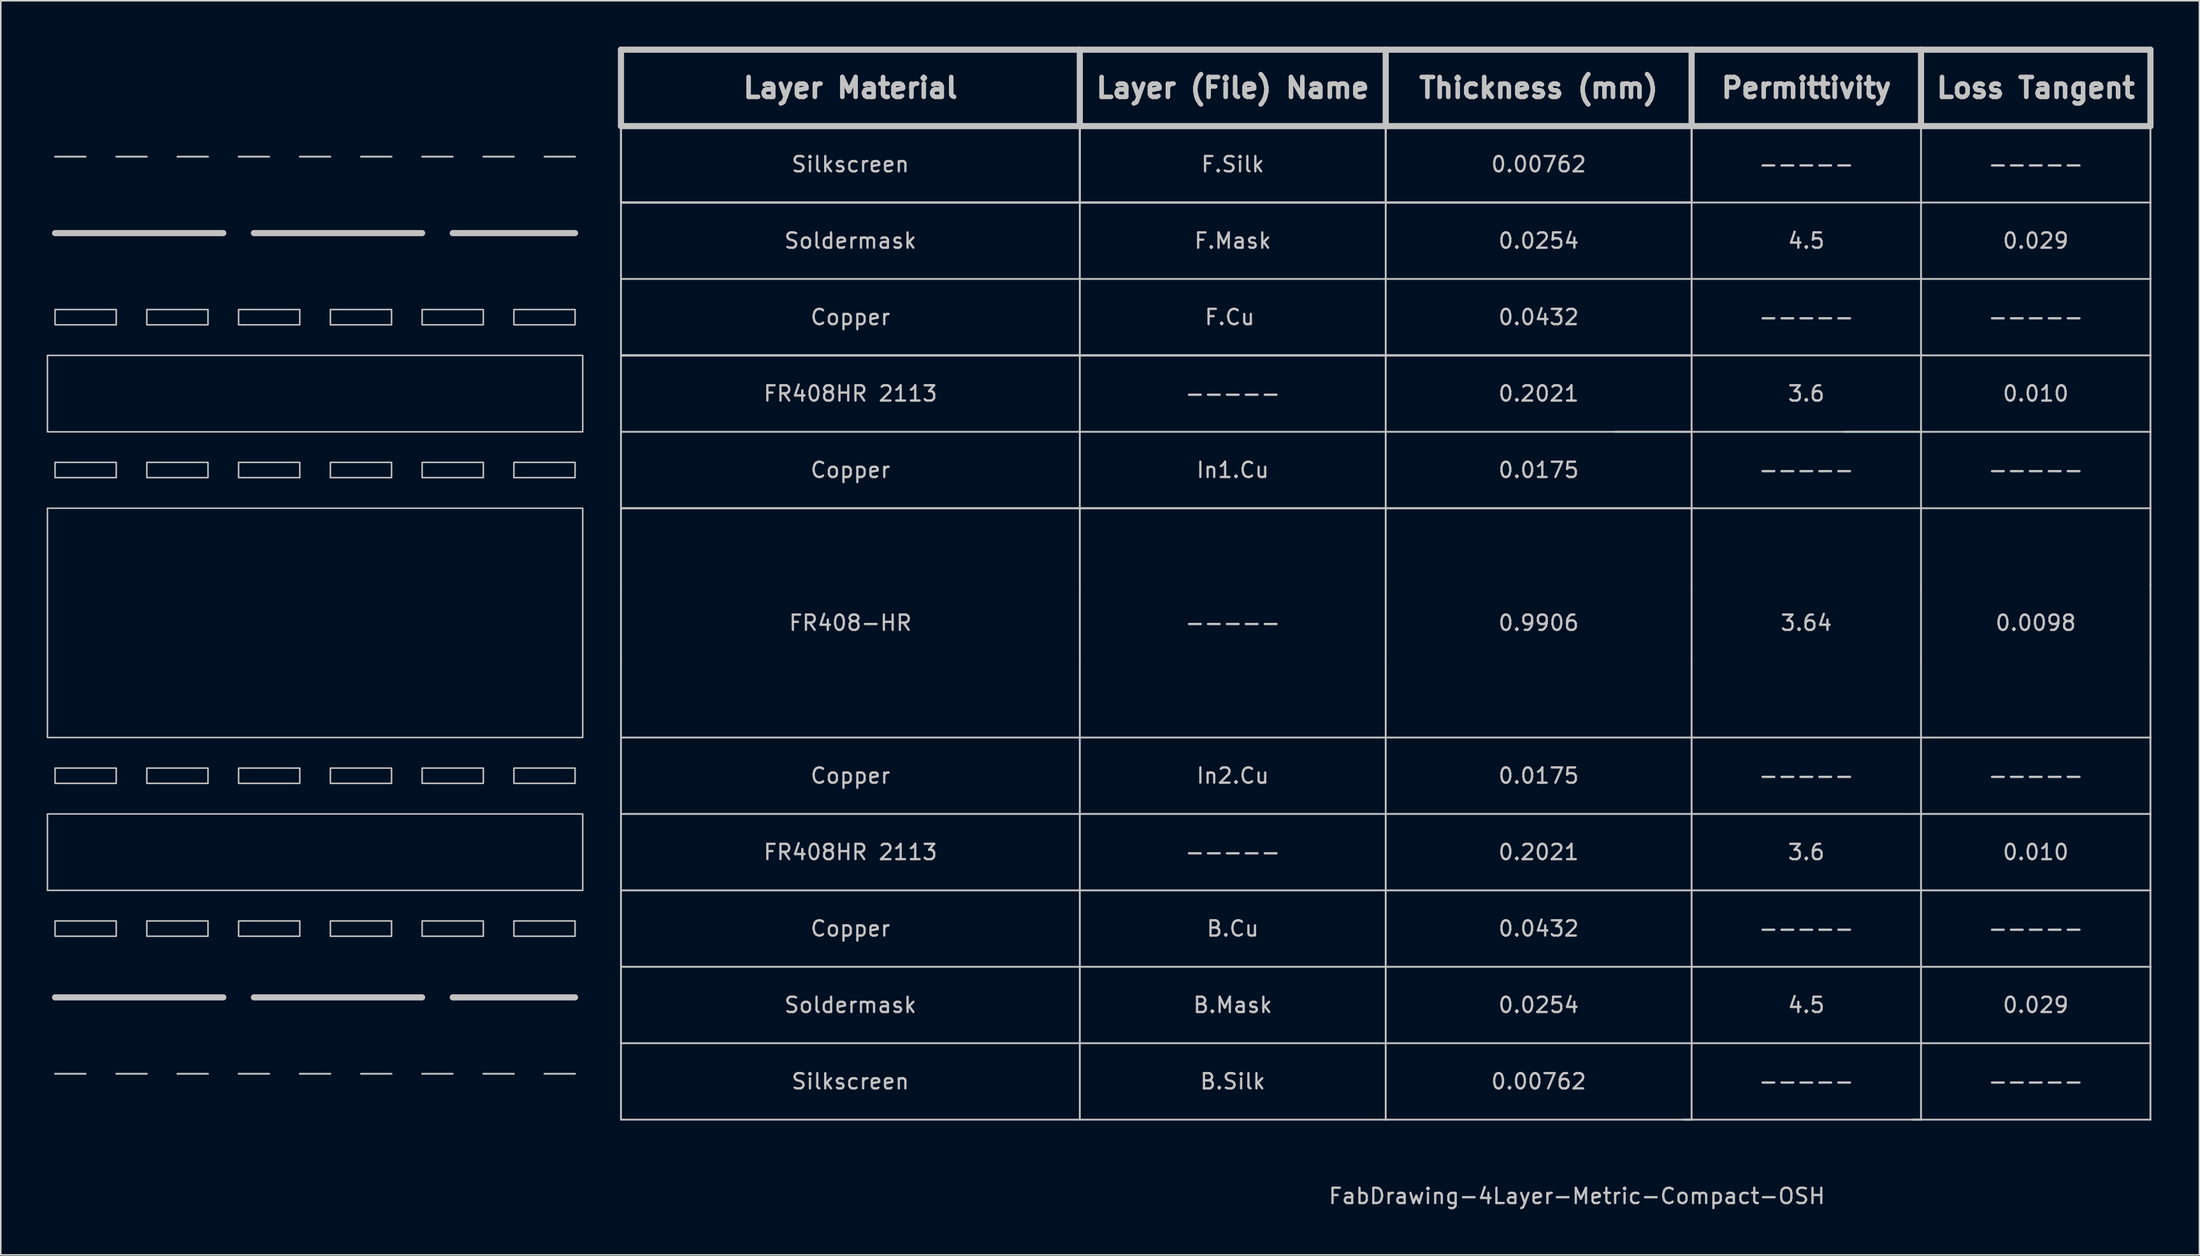
<source format=kicad_pcb>
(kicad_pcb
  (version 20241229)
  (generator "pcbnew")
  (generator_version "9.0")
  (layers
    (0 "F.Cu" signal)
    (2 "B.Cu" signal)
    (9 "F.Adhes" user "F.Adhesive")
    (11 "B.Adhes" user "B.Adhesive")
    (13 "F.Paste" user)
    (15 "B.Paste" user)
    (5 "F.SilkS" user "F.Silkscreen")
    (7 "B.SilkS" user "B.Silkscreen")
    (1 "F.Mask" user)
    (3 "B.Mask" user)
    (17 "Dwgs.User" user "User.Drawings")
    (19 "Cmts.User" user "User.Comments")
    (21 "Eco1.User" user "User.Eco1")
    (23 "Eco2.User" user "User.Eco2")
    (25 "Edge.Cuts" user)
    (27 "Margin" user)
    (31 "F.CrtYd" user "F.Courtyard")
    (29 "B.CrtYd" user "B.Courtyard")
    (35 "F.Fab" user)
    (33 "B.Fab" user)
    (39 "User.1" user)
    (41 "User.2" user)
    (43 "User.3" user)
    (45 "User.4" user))
  (footprint "FabDrawing-4Layer-Metric-Compact-OSH"
    (layer "F.Cu")
    (at 37.55 5.2)
    (property "Reference" "FabDrawing-4Layer-Metric-Compact-OSH" (at 62.5 70 0) (layer "Dwgs.User") (effects (font (size 1 1) (thickness 0.15))))
    (attr through_hole)
    (fp_line (start -37 7) (end -26 7) (stroke (width 0.4) (type solid)) (layer "Dwgs.User"))
    (fp_line (start -37 57) (end -26 57) (stroke (width 0.4) (type solid)) (layer "Dwgs.User"))
    (fp_line (start -35 2) (end -37 2) (stroke (width 0.12) (type solid)) (layer "Dwgs.User"))
    (fp_line (start -35 62) (end -37 62) (stroke (width 0.12) (type solid)) (layer "Dwgs.User"))
    (fp_line (start -31 2) (end -33 2) (stroke (width 0.12) (type solid)) (layer "Dwgs.User"))
    (fp_line (start -31 62) (end -33 62) (stroke (width 0.12) (type solid)) (layer "Dwgs.User"))
    (fp_line (start -27 2) (end -29 2) (stroke (width 0.12) (type solid)) (layer "Dwgs.User"))
    (fp_line (start -27 62) (end -29 62) (stroke (width 0.12) (type solid)) (layer "Dwgs.User"))
    (fp_line (start -24 7) (end -13 7) (stroke (width 0.4) (type solid)) (layer "Dwgs.User"))
    (fp_line (start -24 57) (end -13 57) (stroke (width 0.4) (type solid)) (layer "Dwgs.User"))
    (fp_line (start -23 2) (end -25 2) (stroke (width 0.12) (type solid)) (layer "Dwgs.User"))
    (fp_line (start -23 62) (end -25 62) (stroke (width 0.12) (type solid)) (layer "Dwgs.User"))
    (fp_line (start -19 2) (end -21 2) (stroke (width 0.12) (type solid)) (layer "Dwgs.User"))
    (fp_line (start -19 62) (end -21 62) (stroke (width 0.12) (type solid)) (layer "Dwgs.User"))
    (fp_line (start -15 2) (end -17 2) (stroke (width 0.12) (type solid)) (layer "Dwgs.User"))
    (fp_line (start -15 62) (end -17 62) (stroke (width 0.12) (type solid)) (layer "Dwgs.User"))
    (fp_line (start -11 2) (end -13 2) (stroke (width 0.12) (type solid)) (layer "Dwgs.User"))
    (fp_line (start -11 7) (end -3 7) (stroke (width 0.4) (type solid)) (layer "Dwgs.User"))
    (fp_line (start -11 57) (end -3 57) (stroke (width 0.4) (type solid)) (layer "Dwgs.User"))
    (fp_line (start -11 62) (end -13 62) (stroke (width 0.12) (type solid)) (layer "Dwgs.User"))
    (fp_line (start -7 2) (end -9 2) (stroke (width 0.12) (type solid)) (layer "Dwgs.User"))
    (fp_line (start -7 62) (end -9 62) (stroke (width 0.12) (type solid)) (layer "Dwgs.User"))
    (fp_line (start -3 2) (end -5 2) (stroke (width 0.12) (type solid)) (layer "Dwgs.User"))
    (fp_line (start -3 62) (end -5 62) (stroke (width 0.12) (type solid)) (layer "Dwgs.User"))
    (fp_line (start 0 -5) (end 30 -5) (stroke (width 0.4) (type solid)) (layer "Dwgs.User"))
    (fp_line (start 0 0) (end 0 -5) (stroke (width 0.4) (type solid)) (layer "Dwgs.User"))
    (fp_line (start 0 0) (end 0 5) (stroke (width 0.12) (type solid)) (layer "Dwgs.User"))
    (fp_line (start 0 0) (end 0 5) (stroke (width 0.12) (type solid)) (layer "Dwgs.User"))
    (fp_line (start 0 0) (end 0 5) (stroke (width 0.12) (type solid)) (layer "Dwgs.User"))
    (fp_line (start 0 0) (end 30 0) (stroke (width 0.12) (type solid)) (layer "Dwgs.User"))
    (fp_line (start 0 0) (end 30 0) (stroke (width 0.12) (type solid)) (layer "Dwgs.User"))
    (fp_line (start 0 0) (end 30 0) (stroke (width 0.12) (type solid)) (layer "Dwgs.User"))
    (fp_line (start 0 5) (end 0 10) (stroke (width 0.12) (type solid)) (layer "Dwgs.User"))
    (fp_line (start 0 5) (end 30 5) (stroke (width 0.12) (type solid)) (layer "Dwgs.User"))
    (fp_line (start 0 5) (end 30 5) (stroke (width 0.12) (type solid)) (layer "Dwgs.User"))
    (fp_line (start 0 5) (end 30 5) (stroke (width 0.12) (type solid)) (layer "Dwgs.User"))
    (fp_line (start 0 10) (end 0 15) (stroke (width 0.12) (type solid)) (layer "Dwgs.User"))
    (fp_line (start 0 10) (end 30 10) (stroke (width 0.12) (type solid)) (layer "Dwgs.User"))
    (fp_line (start 0 15) (end 0 20) (stroke (width 0.12) (type solid)) (layer "Dwgs.User"))
    (fp_line (start 0 15) (end 30 15) (stroke (width 0.12) (type solid)) (layer "Dwgs.User"))
    (fp_line (start 0 15) (end 30 15) (stroke (width 0.12) (type solid)) (layer "Dwgs.User"))
    (fp_line (start 0 15) (end 30 15) (stroke (width 0.12) (type solid)) (layer "Dwgs.User"))
    (fp_line (start 0 20) (end 0 25) (stroke (width 0.12) (type solid)) (layer "Dwgs.User"))
    (fp_line (start 0 20) (end 30 20) (stroke (width 0.12) (type solid)) (layer "Dwgs.User"))
    (fp_line (start 0 25) (end 0 30) (stroke (width 0.12) (type solid)) (layer "Dwgs.User"))
    (fp_line (start 0 25) (end 30 25) (stroke (width 0.12) (type solid)) (layer "Dwgs.User"))
    (fp_line (start 0 25) (end 30 25) (stroke (width 0.12) (type solid)) (layer "Dwgs.User"))
    (fp_line (start 0 30) (end 0 35) (stroke (width 0.12) (type solid)) (layer "Dwgs.User"))
    (fp_line (start 0 35) (end 0 40) (stroke (width 0.12) (type solid)) (layer "Dwgs.User"))
    (fp_line (start 0 40) (end 0 45) (stroke (width 0.12) (type solid)) (layer "Dwgs.User"))
    (fp_line (start 0 40) (end 30 40) (stroke (width 0.12) (type solid)) (layer "Dwgs.User"))
    (fp_line (start 0 45) (end 0 50) (stroke (width 0.12) (type solid)) (layer "Dwgs.User"))
    (fp_line (start 0 45) (end 30 45) (stroke (width 0.12) (type solid)) (layer "Dwgs.User"))
    (fp_line (start 0 50) (end 0 55) (stroke (width 0.12) (type solid)) (layer "Dwgs.User"))
    (fp_line (start 0 50) (end 30 50) (stroke (width 0.12) (type solid)) (layer "Dwgs.User"))
    (fp_line (start 0 55) (end 0 60) (stroke (width 0.12) (type solid)) (layer "Dwgs.User"))
    (fp_line (start 0 55) (end 30 55) (stroke (width 0.12) (type solid)) (layer "Dwgs.User"))
    (fp_line (start 0 60) (end 0 65) (stroke (width 0.12) (type solid)) (layer "Dwgs.User"))
    (fp_line (start 0 60) (end 30 60) (stroke (width 0.12) (type solid)) (layer "Dwgs.User"))
    (fp_line (start 0 65) (end 30 65) (stroke (width 0.12) (type solid)) (layer "Dwgs.User"))
    (fp_line (start 30 -5) (end 30 0) (stroke (width 0.4) (type solid)) (layer "Dwgs.User"))
    (fp_line (start 30 0) (end 0 0) (stroke (width 0.4) (type solid)) (layer "Dwgs.User"))
    (fp_line (start 30 0) (end 30 5) (stroke (width 0.12) (type solid)) (layer "Dwgs.User"))
    (fp_line (start 30 0) (end 30 5) (stroke (width 0.12) (type solid)) (layer "Dwgs.User"))
    (fp_line (start 30 0) (end 30 5) (stroke (width 0.12) (type solid)) (layer "Dwgs.User"))
    (fp_line (start 30 0) (end 50 0) (stroke (width 0.12) (type solid)) (layer "Dwgs.User"))
    (fp_line (start 30 0) (end 50 0) (stroke (width 0.12) (type solid)) (layer "Dwgs.User"))
    (fp_line (start 30 0) (end 50 0) (stroke (width 0.12) (type solid)) (layer "Dwgs.User"))
    (fp_line (start 30 0) (end 50 0) (stroke (width 0.4) (type solid)) (layer "Dwgs.User"))
    (fp_line (start 30 5) (end 30 10) (stroke (width 0.12) (type solid)) (layer "Dwgs.User"))
    (fp_line (start 30 10) (end 30 15) (stroke (width 0.12) (type solid)) (layer "Dwgs.User"))
    (fp_line (start 30 10) (end 50 10) (stroke (width 0.12) (type solid)) (layer "Dwgs.User"))
    (fp_line (start 30 15) (end 30 20) (stroke (width 0.12) (type solid)) (layer "Dwgs.User"))
    (fp_line (start 30 20) (end 30 25) (stroke (width 0.12) (type solid)) (layer "Dwgs.User"))
    (fp_line (start 30 20) (end 50 20) (stroke (width 0.12) (type solid)) (layer "Dwgs.User"))
    (fp_line (start 30 25) (end 50 25) (stroke (width 0.12) (type solid)) (layer "Dwgs.User"))
    (fp_line (start 30 30) (end 30 25) (stroke (width 0.12) (type solid)) (layer "Dwgs.User"))
    (fp_line (start 30 35) (end 30 30) (stroke (width 0.12) (type solid)) (layer "Dwgs.User"))
    (fp_line (start 30 40) (end 30 35) (stroke (width 0.12) (type solid)) (layer "Dwgs.User"))
    (fp_line (start 30 40) (end 30 45) (stroke (width 0.12) (type solid)) (layer "Dwgs.User"))
    (fp_line (start 30 40) (end 50 40) (stroke (width 0.12) (type solid)) (layer "Dwgs.User"))
    (fp_line (start 30 45) (end 50 45) (stroke (width 0.12) (type solid)) (layer "Dwgs.User"))
    (fp_line (start 30 50) (end 30 45) (stroke (width 0.12) (type solid)) (layer "Dwgs.User"))
    (fp_line (start 30 50) (end 50 50) (stroke (width 0.12) (type solid)) (layer "Dwgs.User"))
    (fp_line (start 30 55) (end 30 50) (stroke (width 0.12) (type solid)) (layer "Dwgs.User"))
    (fp_line (start 30 60) (end 30 55) (stroke (width 0.12) (type solid)) (layer "Dwgs.User"))
    (fp_line (start 30 60) (end 50 60) (stroke (width 0.12) (type solid)) (layer "Dwgs.User"))
    (fp_line (start 30 65) (end 30 60) (stroke (width 0.12) (type solid)) (layer "Dwgs.User"))
    (fp_line (start 30 65) (end 50 65) (stroke (width 0.12) (type solid)) (layer "Dwgs.User"))
    (fp_line (start 50 -5) (end 30 -5) (stroke (width 0.4) (type solid)) (layer "Dwgs.User"))
    (fp_line (start 50 -5) (end 70 -5) (stroke (width 0.4) (type solid)) (layer "Dwgs.User"))
    (fp_line (start 50 0) (end 50 -5) (stroke (width 0.4) (type solid)) (layer "Dwgs.User"))
    (fp_line (start 50 0) (end 50 5) (stroke (width 0.12) (type solid)) (layer "Dwgs.User"))
    (fp_line (start 50 0) (end 50 5) (stroke (width 0.12) (type solid)) (layer "Dwgs.User"))
    (fp_line (start 50 0) (end 50 5) (stroke (width 0.12) (type solid)) (layer "Dwgs.User"))
    (fp_line (start 50 5) (end 30 5) (stroke (width 0.12) (type solid)) (layer "Dwgs.User"))
    (fp_line (start 50 5) (end 30 5) (stroke (width 0.12) (type solid)) (layer "Dwgs.User"))
    (fp_line (start 50 5) (end 30 5) (stroke (width 0.12) (type solid)) (layer "Dwgs.User"))
    (fp_line (start 50 5) (end 50 10) (stroke (width 0.12) (type solid)) (layer "Dwgs.User"))
    (fp_line (start 50 5) (end 70 5) (stroke (width 0.12) (type solid)) (layer "Dwgs.User"))
    (fp_line (start 50 5) (end 70 5) (stroke (width 0.12) (type solid)) (layer "Dwgs.User"))
    (fp_line (start 50 5) (end 70 5) (stroke (width 0.12) (type solid)) (layer "Dwgs.User"))
    (fp_line (start 50 10) (end 50 15) (stroke (width 0.12) (type solid)) (layer "Dwgs.User"))
    (fp_line (start 50 15) (end 30 15) (stroke (width 0.12) (type solid)) (layer "Dwgs.User"))
    (fp_line (start 50 15) (end 30 15) (stroke (width 0.12) (type solid)) (layer "Dwgs.User"))
    (fp_line (start 50 15) (end 30 15) (stroke (width 0.12) (type solid)) (layer "Dwgs.User"))
    (fp_line (start 50 15) (end 50 20) (stroke (width 0.12) (type solid)) (layer "Dwgs.User"))
    (fp_line (start 50 15) (end 70 15) (stroke (width 0.12) (type solid)) (layer "Dwgs.User"))
    (fp_line (start 50 15) (end 70 15) (stroke (width 0.12) (type solid)) (layer "Dwgs.User"))
    (fp_line (start 50 15) (end 70 15) (stroke (width 0.12) (type solid)) (layer "Dwgs.User"))
    (fp_line (start 50 20) (end 70 20) (stroke (width 0.12) (type solid)) (layer "Dwgs.User"))
    (fp_line (start 50 25) (end 30 25) (stroke (width 0.12) (type solid)) (layer "Dwgs.User"))
    (fp_line (start 50 25) (end 50 20) (stroke (width 0.12) (type solid)) (layer "Dwgs.User"))
    (fp_line (start 50 25) (end 70 25) (stroke (width 0.12) (type solid)) (layer "Dwgs.User"))
    (fp_line (start 50 25) (end 70 25) (stroke (width 0.12) (type solid)) (layer "Dwgs.User"))
    (fp_line (start 50 30) (end 50 25) (stroke (width 0.12) (type solid)) (layer "Dwgs.User"))
    (fp_line (start 50 35) (end 50 30) (stroke (width 0.12) (type solid)) (layer "Dwgs.User"))
    (fp_line (start 50 35) (end 50 40) (stroke (width 0.12) (type solid)) (layer "Dwgs.User"))
    (fp_line (start 50 40) (end 70 40) (stroke (width 0.12) (type solid)) (layer "Dwgs.User"))
    (fp_line (start 50 45) (end 50 40) (stroke (width 0.12) (type solid)) (layer "Dwgs.User"))
    (fp_line (start 50 45) (end 50 50) (stroke (width 0.12) (type solid)) (layer "Dwgs.User"))
    (fp_line (start 50 45) (end 70 45) (stroke (width 0.12) (type solid)) (layer "Dwgs.User"))
    (fp_line (start 50 50) (end 50 55) (stroke (width 0.12) (type solid)) (layer "Dwgs.User"))
    (fp_line (start 50 50) (end 70 50) (stroke (width 0.12) (type solid)) (layer "Dwgs.User"))
    (fp_line (start 50 55) (end 30 55) (stroke (width 0.12) (type solid)) (layer "Dwgs.User"))
    (fp_line (start 50 60) (end 50 55) (stroke (width 0.12) (type solid)) (layer "Dwgs.User"))
    (fp_line (start 50 60) (end 70 60) (stroke (width 0.12) (type solid)) (layer "Dwgs.User"))
    (fp_line (start 50 65) (end 50 60) (stroke (width 0.12) (type solid)) (layer "Dwgs.User"))
    (fp_line (start 50 65) (end 70 65) (stroke (width 0.12) (type solid)) (layer "Dwgs.User"))
    (fp_line (start 65 20) (end 85 20) (stroke (width 0.12) (type solid)) (layer "Dwgs.User"))
    (fp_line (start 69.5 65) (end 85 65) (stroke (width 0.12) (type solid)) (layer "Dwgs.User"))
    (fp_line (start 70 -5) (end 70 0) (stroke (width 0.4) (type solid)) (layer "Dwgs.User"))
    (fp_line (start 70 0) (end 50 0) (stroke (width 0.12) (type solid)) (layer "Dwgs.User"))
    (fp_line (start 70 0) (end 50 0) (stroke (width 0.12) (type solid)) (layer "Dwgs.User"))
    (fp_line (start 70 0) (end 50 0) (stroke (width 0.12) (type solid)) (layer "Dwgs.User"))
    (fp_line (start 70 0) (end 50 0) (stroke (width 0.4) (type solid)) (layer "Dwgs.User"))
    (fp_line (start 70 0) (end 70 5) (stroke (width 0.12) (type solid)) (layer "Dwgs.User"))
    (fp_line (start 70 0) (end 70 5) (stroke (width 0.12) (type solid)) (layer "Dwgs.User"))
    (fp_line (start 70 0) (end 70 5) (stroke (width 0.12) (type solid)) (layer "Dwgs.User"))
    (fp_line (start 70 0) (end 85 0) (stroke (width 0.4) (type solid)) (layer "Dwgs.User"))
    (fp_line (start 70 5) (end 70 10) (stroke (width 0.12) (type solid)) (layer "Dwgs.User"))
    (fp_line (start 70 5) (end 85 5) (stroke (width 0.12) (type solid)) (layer "Dwgs.User"))
    (fp_line (start 70 10) (end 50 10) (stroke (width 0.12) (type solid)) (layer "Dwgs.User"))
    (fp_line (start 70 10) (end 70 15) (stroke (width 0.12) (type solid)) (layer "Dwgs.User"))
    (fp_line (start 70 10) (end 85 10) (stroke (width 0.12) (type solid)) (layer "Dwgs.User"))
    (fp_line (start 70 15) (end 70 20) (stroke (width 0.12) (type solid)) (layer "Dwgs.User"))
    (fp_line (start 70 15) (end 85 15) (stroke (width 0.12) (type solid)) (layer "Dwgs.User"))
    (fp_line (start 70 25) (end 70 20) (stroke (width 0.12) (type solid)) (layer "Dwgs.User"))
    (fp_line (start 70 25) (end 85 25) (stroke (width 0.12) (type solid)) (layer "Dwgs.User"))
    (fp_line (start 70 30) (end 70 25) (stroke (width 0.12) (type solid)) (layer "Dwgs.User"))
    (fp_line (start 70 35) (end 70 30) (stroke (width 0.12) (type solid)) (layer "Dwgs.User"))
    (fp_line (start 70 40) (end 70 35) (stroke (width 0.12) (type solid)) (layer "Dwgs.User"))
    (fp_line (start 70 40) (end 85 40) (stroke (width 0.12) (type solid)) (layer "Dwgs.User"))
    (fp_line (start 70 45) (end 70 40) (stroke (width 0.12) (type solid)) (layer "Dwgs.User"))
    (fp_line (start 70 45) (end 85 45) (stroke (width 0.12) (type solid)) (layer "Dwgs.User"))
    (fp_line (start 70 50) (end 70 45) (stroke (width 0.12) (type solid)) (layer "Dwgs.User"))
    (fp_line (start 70 50) (end 70 55) (stroke (width 0.12) (type solid)) (layer "Dwgs.User"))
    (fp_line (start 70 50) (end 85 50) (stroke (width 0.12) (type solid)) (layer "Dwgs.User"))
    (fp_line (start 70 55) (end 50 55) (stroke (width 0.12) (type solid)) (layer "Dwgs.User"))
    (fp_line (start 70 60) (end 70 55) (stroke (width 0.12) (type solid)) (layer "Dwgs.User"))
    (fp_line (start 70 60) (end 85 60) (stroke (width 0.12) (type solid)) (layer "Dwgs.User"))
    (fp_line (start 70 65) (end 70 60) (stroke (width 0.12) (type solid)) (layer "Dwgs.User"))
    (fp_line (start 80 20) (end 100 20) (stroke (width 0.12) (type solid)) (layer "Dwgs.User"))
    (fp_line (start 84.5 65) (end 100 65) (stroke (width 0.12) (type solid)) (layer "Dwgs.User"))
    (fp_line (start 85 -5) (end 70 -5) (stroke (width 0.4) (type solid)) (layer "Dwgs.User"))
    (fp_line (start 85 0) (end 85 -5) (stroke (width 0.4) (type solid)) (layer "Dwgs.User"))
    (fp_line (start 85 0) (end 85 5) (stroke (width 0.12) (type solid)) (layer "Dwgs.User"))
    (fp_line (start 85 0) (end 100 0) (stroke (width 0.4) (type solid)) (layer "Dwgs.User"))
    (fp_line (start 85 5) (end 85 10) (stroke (width 0.12) (type solid)) (layer "Dwgs.User"))
    (fp_line (start 85 5) (end 100 5) (stroke (width 0.12) (type solid)) (layer "Dwgs.User"))
    (fp_line (start 85 10) (end 85 15) (stroke (width 0.12) (type solid)) (layer "Dwgs.User"))
    (fp_line (start 85 10) (end 100 10) (stroke (width 0.12) (type solid)) (layer "Dwgs.User"))
    (fp_line (start 85 15) (end 85 20) (stroke (width 0.12) (type solid)) (layer "Dwgs.User"))
    (fp_line (start 85 15) (end 100 15) (stroke (width 0.12) (type solid)) (layer "Dwgs.User"))
    (fp_line (start 85 25) (end 85 20) (stroke (width 0.12) (type solid)) (layer "Dwgs.User"))
    (fp_line (start 85 25) (end 100 25) (stroke (width 0.12) (type solid)) (layer "Dwgs.User"))
    (fp_line (start 85 30) (end 85 25) (stroke (width 0.12) (type solid)) (layer "Dwgs.User"))
    (fp_line (start 85 35) (end 85 30) (stroke (width 0.12) (type solid)) (layer "Dwgs.User"))
    (fp_line (start 85 40) (end 85 35) (stroke (width 0.12) (type solid)) (layer "Dwgs.User"))
    (fp_line (start 85 40) (end 85 45) (stroke (width 0.12) (type solid)) (layer "Dwgs.User"))
    (fp_line (start 85 40) (end 100 40) (stroke (width 0.12) (type solid)) (layer "Dwgs.User"))
    (fp_line (start 85 45) (end 100 45) (stroke (width 0.12) (type solid)) (layer "Dwgs.User"))
    (fp_line (start 85 50) (end 85 45) (stroke (width 0.12) (type solid)) (layer "Dwgs.User"))
    (fp_line (start 85 50) (end 85 55) (stroke (width 0.12) (type solid)) (layer "Dwgs.User"))
    (fp_line (start 85 50) (end 100 50) (stroke (width 0.12) (type solid)) (layer "Dwgs.User"))
    (fp_line (start 85 55) (end 70 55) (stroke (width 0.12) (type solid)) (layer "Dwgs.User"))
    (fp_line (start 85 60) (end 85 55) (stroke (width 0.12) (type solid)) (layer "Dwgs.User"))
    (fp_line (start 85 60) (end 100 60) (stroke (width 0.12) (type solid)) (layer "Dwgs.User"))
    (fp_line (start 85 65) (end 85 60) (stroke (width 0.12) (type solid)) (layer "Dwgs.User"))
    (fp_line (start 100 -5) (end 85 -5) (stroke (width 0.4) (type solid)) (layer "Dwgs.User"))
    (fp_line (start 100 0) (end 100 -5) (stroke (width 0.4) (type solid)) (layer "Dwgs.User"))
    (fp_line (start 100 0) (end 100 5) (stroke (width 0.12) (type solid)) (layer "Dwgs.User"))
    (fp_line (start 100 5) (end 100 10) (stroke (width 0.12) (type solid)) (layer "Dwgs.User"))
    (fp_line (start 100 10) (end 100 15) (stroke (width 0.12) (type solid)) (layer "Dwgs.User"))
    (fp_line (start 100 15) (end 100 20) (stroke (width 0.12) (type solid)) (layer "Dwgs.User"))
    (fp_line (start 100 25) (end 100 20) (stroke (width 0.12) (type solid)) (layer "Dwgs.User"))
    (fp_line (start 100 30) (end 100 25) (stroke (width 0.12) (type solid)) (layer "Dwgs.User"))
    (fp_line (start 100 35) (end 100 30) (stroke (width 0.12) (type solid)) (layer "Dwgs.User"))
    (fp_line (start 100 40) (end 100 35) (stroke (width 0.12) (type solid)) (layer "Dwgs.User"))
    (fp_line (start 100 40) (end 100 45) (stroke (width 0.12) (type solid)) (layer "Dwgs.User"))
    (fp_line (start 100 50) (end 100 45) (stroke (width 0.12) (type solid)) (layer "Dwgs.User"))
    (fp_line (start 100 50) (end 100 55) (stroke (width 0.12) (type solid)) (layer "Dwgs.User"))
    (fp_line (start 100 55) (end 85 55) (stroke (width 0.12) (type solid)) (layer "Dwgs.User"))
    (fp_line (start 100 60) (end 100 55) (stroke (width 0.12) (type solid)) (layer "Dwgs.User"))
    (fp_line (start 100 65) (end 100 60) (stroke (width 0.12) (type solid)) (layer "Dwgs.User"))
    (fp_poly (pts (xy -33 13) (xy -37 13) (xy -37 12) (xy -33 12)) (stroke (width 0.1) (type solid)) (fill no) (layer "Dwgs.User"))
    (fp_poly (pts (xy -33 23) (xy -37 23) (xy -37 22) (xy -33 22)) (stroke (width 0.1) (type solid)) (fill no) (layer "Dwgs.User"))
    (fp_poly (pts (xy -33 43) (xy -37 43) (xy -37 42) (xy -33 42)) (stroke (width 0.1) (type solid)) (fill no) (layer "Dwgs.User"))
    (fp_poly (pts (xy -33 53) (xy -37 53) (xy -37 52) (xy -33 52)) (stroke (width 0.1) (type solid)) (fill no) (layer "Dwgs.User"))
    (fp_poly (pts (xy -27 13) (xy -31 13) (xy -31 12) (xy -27 12)) (stroke (width 0.1) (type solid)) (fill no) (layer "Dwgs.User"))
    (fp_poly (pts (xy -27 23) (xy -31 23) (xy -31 22) (xy -27 22)) (stroke (width 0.1) (type solid)) (fill no) (layer "Dwgs.User"))
    (fp_poly (pts (xy -27 43) (xy -31 43) (xy -31 42) (xy -27 42)) (stroke (width 0.1) (type solid)) (fill no) (layer "Dwgs.User"))
    (fp_poly (pts (xy -27 53) (xy -31 53) (xy -31 52) (xy -27 52)) (stroke (width 0.1) (type solid)) (fill no) (layer "Dwgs.User"))
    (fp_poly (pts (xy -21 13) (xy -25 13) (xy -25 12) (xy -21 12)) (stroke (width 0.1) (type solid)) (fill no) (layer "Dwgs.User"))
    (fp_poly (pts (xy -21 23) (xy -25 23) (xy -25 22) (xy -21 22)) (stroke (width 0.1) (type solid)) (fill no) (layer "Dwgs.User"))
    (fp_poly (pts (xy -21 43) (xy -25 43) (xy -25 42) (xy -21 42)) (stroke (width 0.1) (type solid)) (fill no) (layer "Dwgs.User"))
    (fp_poly (pts (xy -21 53) (xy -25 53) (xy -25 52) (xy -21 52)) (stroke (width 0.1) (type solid)) (fill no) (layer "Dwgs.User"))
    (fp_poly (pts (xy -15 13) (xy -19 13) (xy -19 12) (xy -15 12)) (stroke (width 0.1) (type solid)) (fill no) (layer "Dwgs.User"))
    (fp_poly (pts (xy -15 23) (xy -19 23) (xy -19 22) (xy -15 22)) (stroke (width 0.1) (type solid)) (fill no) (layer "Dwgs.User"))
    (fp_poly (pts (xy -15 43) (xy -19 43) (xy -19 42) (xy -15 42)) (stroke (width 0.1) (type solid)) (fill no) (layer "Dwgs.User"))
    (fp_poly (pts (xy -15 53) (xy -19 53) (xy -19 52) (xy -15 52)) (stroke (width 0.1) (type solid)) (fill no) (layer "Dwgs.User"))
    (fp_poly (pts (xy -9 13) (xy -13 13) (xy -13 12) (xy -9 12)) (stroke (width 0.1) (type solid)) (fill no) (layer "Dwgs.User"))
    (fp_poly (pts (xy -9 23) (xy -13 23) (xy -13 22) (xy -9 22)) (stroke (width 0.1) (type solid)) (fill no) (layer "Dwgs.User"))
    (fp_poly (pts (xy -9 43) (xy -13 43) (xy -13 42) (xy -9 42)) (stroke (width 0.1) (type solid)) (fill no) (layer "Dwgs.User"))
    (fp_poly (pts (xy -9 53) (xy -13 53) (xy -13 52) (xy -9 52)) (stroke (width 0.1) (type solid)) (fill no) (layer "Dwgs.User"))
    (fp_poly (pts (xy -3 13) (xy -7 13) (xy -7 12) (xy -3 12)) (stroke (width 0.1) (type solid)) (fill no) (layer "Dwgs.User"))
    (fp_poly (pts (xy -3 23) (xy -7 23) (xy -7 22) (xy -3 22)) (stroke (width 0.1) (type solid)) (fill no) (layer "Dwgs.User"))
    (fp_poly (pts (xy -3 43) (xy -7 43) (xy -7 42) (xy -3 42)) (stroke (width 0.1) (type solid)) (fill no) (layer "Dwgs.User"))
    (fp_poly (pts (xy -3 53) (xy -7 53) (xy -7 52) (xy -3 52)) (stroke (width 0.1) (type solid)) (fill no) (layer "Dwgs.User"))
    (fp_poly (pts (xy -2.5 20) (xy -37.5 20) (xy -37.5 15) (xy -2.5 15)) (stroke (width 0.1) (type solid)) (fill no) (layer "Dwgs.User"))
    (fp_poly (pts (xy -2.5 40) (xy -37.5 40) (xy -37.5 25) (xy -2.5 25)) (stroke (width 0.1) (type solid)) (fill no) (layer "Dwgs.User"))
    (fp_poly (pts (xy -2.5 50) (xy -37.5 50) (xy -37.5 45) (xy -2.5 45)) (stroke (width 0.1) (type solid)) (fill no) (layer "Dwgs.User"))
    (fp_text user "Copper" (at 15 52.5 0) (layer "Dwgs.User") (effects (font (size 1 1) (thickness 0.15))))
    (fp_text user "B.Silk" (at 40 62.5 0) (layer "Dwgs.User") (effects (font (size 1 1) (thickness 0.15))))
    (fp_text user "Permittivity" (at 77.5 -2.5 0) (layer "Dwgs.User") (effects (font (size 1.3 1.3) (thickness 0.3))))
    (fp_text user "F.Cu" (at 39.8 12.5 0) (layer "Dwgs.User") (effects (font (size 1 1) (thickness 0.15))))
    (fp_text user "3.6" (at 77.5 17.5 0) (layer "Dwgs.User") (effects (font (size 1 1) (thickness 0.15))))
    (fp_text user "3.6" (at 77.5 47.5 0) (layer "Dwgs.User") (effects (font (size 1 1) (thickness 0.15))))
    (fp_text user "-----" (at 40 32.5 0) (layer "Dwgs.User") (effects (font (size 1 1) (thickness 0.15))))
    (fp_text user "Layer (File) Name" (at 40 -2.5 0) (layer "Dwgs.User") (effects (font (size 1.3 1.3) (thickness 0.3))))
    (fp_text user "-----" (at 92.5 22.5 0) (layer "Dwgs.User") (effects (font (size 1 1) (thickness 0.15))))
    (fp_text user "0.9906" (at 60 32.5 0) (layer "Dwgs.User") (effects (font (size 1 1) (thickness 0.15))))
    (fp_text user "-----" (at 92.5 62.5 0) (layer "Dwgs.User") (effects (font (size 1 1) (thickness 0.15))))
    (fp_text user "Copper" (at 15 42.5 0) (layer "Dwgs.User") (effects (font (size 1 1) (thickness 0.15))))
    (fp_text user "Copper" (at 15 22.5 0) (layer "Dwgs.User") (effects (font (size 1 1) (thickness 0.15))))
    (fp_text user "0.029" (at 92.5 57.5 0) (layer "Dwgs.User") (effects (font (size 1 1) (thickness 0.15))))
    (fp_text user "0.2021" (at 60 47.5 0) (layer "Dwgs.User") (effects (font (size 1 1) (thickness 0.15))))
    (fp_text user "Silkscreen" (at 15 62.5 0) (layer "Dwgs.User") (effects (font (size 1 1) (thickness 0.15))))
    (fp_text user "0.0175" (at 60 22.5 0) (layer "Dwgs.User") (effects (font (size 1 1) (thickness 0.15))))
    (fp_text user "F.Silk" (at 40 2.5 0) (layer "Dwgs.User") (effects (font (size 1 1) (thickness 0.15))))
    (fp_text user "FR408HR 2113" (at 15 17.5 0) (layer "Dwgs.User") (effects (font (size 1 1) (thickness 0.15))))
    (fp_text user "0.0432" (at 60 12.5 0) (layer "Dwgs.User") (effects (font (size 1 1) (thickness 0.15))))
    (fp_text user "-----" (at 77.5 22.5 0) (layer "Dwgs.User") (effects (font (size 1 1) (thickness 0.15))))
    (fp_text user "0.0098" (at 92.5 32.5 0) (layer "Dwgs.User") (effects (font (size 1 1) (thickness 0.15))))
    (fp_text user "Soldermask" (at 15 57.5 0) (layer "Dwgs.User") (effects (font (size 1 1) (thickness 0.15))))
    (fp_text user "-----" (at 40 17.5 0) (layer "Dwgs.User") (effects (font (size 1 1) (thickness 0.15))))
    (fp_text user "0.010" (at 92.5 47.5 0) (layer "Dwgs.User") (effects (font (size 1 1) (thickness 0.15))))
    (fp_text user "4.5" (at 77.5 57.5 0) (layer "Dwgs.User") (effects (font (size 1 1) (thickness 0.15))))
    (fp_text user "-----" (at 92.5 2.5 0) (layer "Dwgs.User") (effects (font (size 1 1) (thickness 0.15))))
    (fp_text user "-----" (at 92.5 52.5 0) (layer "Dwgs.User") (effects (font (size 1 1) (thickness 0.15))))
    (fp_text user "Soldermask" (at 15 7.5 0) (layer "Dwgs.User") (effects (font (size 1 1) (thickness 0.15))))
    (fp_text user "-----" (at 77.5 62.5 0) (layer "Dwgs.User") (effects (font (size 1 1) (thickness 0.15))))
    (fp_text user "0.2021" (at 60 17.5 0) (layer "Dwgs.User") (effects (font (size 1 1) (thickness 0.15))))
    (fp_text user "0.00762" (at 60 2.5 0) (layer "Dwgs.User") (effects (font (size 1 1) (thickness 0.15))))
    (fp_text user "FR408-HR" (at 15 32.5 0) (layer "Dwgs.User") (effects (font (size 1 1) (thickness 0.15))))
    (fp_text user "0.010" (at 92.5 17.5 0) (layer "Dwgs.User") (effects (font (size 1 1) (thickness 0.15))))
    (fp_text user "-----" (at 77.5 2.5 0) (layer "Dwgs.User") (effects (font (size 1 1) (thickness 0.15))))
    (fp_text user "0.029" (at 92.5 7.5 0) (layer "Dwgs.User") (effects (font (size 1 1) (thickness 0.15))))
    (fp_text user "0.0254" (at 60 57.5 0) (layer "Dwgs.User") (effects (font (size 1 1) (thickness 0.15))))
    (fp_text user "Copper" (at 15 12.5 0) (layer "Dwgs.User") (effects (font (size 1 1) (thickness 0.15))))
    (fp_text user "FR408HR 2113" (at 15 47.5 0) (layer "Dwgs.User") (effects (font (size 1 1) (thickness 0.15))))
    (fp_text user "-----" (at 40 47.5 0) (layer "Dwgs.User") (effects (font (size 1 1) (thickness 0.15))))
    (fp_text user "Silkscreen" (at 15 2.5 0) (layer "Dwgs.User") (effects (font (size 1 1) (thickness 0.15))))
    (fp_text user "0.00762" (at 60 62.5 0) (layer "Dwgs.User") (effects (font (size 1 1) (thickness 0.15))))
    (fp_text user "-----" (at 77.5 42.5 0) (layer "Dwgs.User") (effects (font (size 1 1) (thickness 0.15))))
    (fp_text user "-----" (at 77.5 52.5 0) (layer "Dwgs.User") (effects (font (size 1 1) (thickness 0.15))))
    (fp_text user "Thickness (mm)" (at 60 -2.5 0) (layer "Dwgs.User") (effects (font (size 1.3 1.3) (thickness 0.3))))
    (fp_text user "4.5" (at 77.5 7.5 0) (layer "Dwgs.User") (effects (font (size 1 1) (thickness 0.15))))
    (fp_text user "B.Mask" (at 40 57.5 0) (layer "Dwgs.User") (effects (font (size 1 1) (thickness 0.15))))
    (fp_text user "0.0175" (at 60 42.5 0) (layer "Dwgs.User") (effects (font (size 1 1) (thickness 0.15))))
    (fp_text user "3.64" (at 77.5 32.5 0) (layer "Dwgs.User") (effects (font (size 1 1) (thickness 0.15))))
    (fp_text user "-----" (at 92.5 42.5 0) (layer "Dwgs.User") (effects (font (size 1 1) (thickness 0.15))))
    (fp_text user "Loss Tangent" (at 92.5 -2.5 0) (layer "Dwgs.User") (effects (font (size 1.3 1.3) (thickness 0.3))))
    (fp_text user "Layer Material" (at 15 -2.5 0) (layer "Dwgs.User") (effects (font (size 1.3 1.3) (thickness 0.3))))
    (fp_text user "0.0254" (at 60 7.5 0) (layer "Dwgs.User") (effects (font (size 1 1) (thickness 0.15))))
    (fp_text user "F.Mask" (at 40 7.5 0) (layer "Dwgs.User") (effects (font (size 1 1) (thickness 0.15))))
    (fp_text user "-----" (at 77.5 12.5 0) (layer "Dwgs.User") (effects (font (size 1 1) (thickness 0.15))))
    (fp_text user "B.Cu" (at 40 52.5 0) (layer "Dwgs.User") (effects (font (size 1 1) (thickness 0.15))))
    (fp_text user "-----" (at 92.5 12.5 0) (layer "Dwgs.User") (effects (font (size 1 1) (thickness 0.15))))
    (fp_text user "In2.Cu" (at 40 42.5 0) (layer "Dwgs.User") (effects (font (size 1 1) (thickness 0.15))))
    (fp_text user "0.0432" (at 60 52.5 0) (layer "Dwgs.User") (effects (font (size 1 1) (thickness 0.15))))
    (fp_text user "In1.Cu" (at 40 22.5 0) (layer "Dwgs.User") (effects (font (size 1 1) (thickness 0.15)))))
  (gr_rect
    (start -3 -3)
    (end 140.75 79.048)
    (stroke (width 0.1) (type default))
    (fill no)
    (layer "Edge.Cuts")))
</source>
